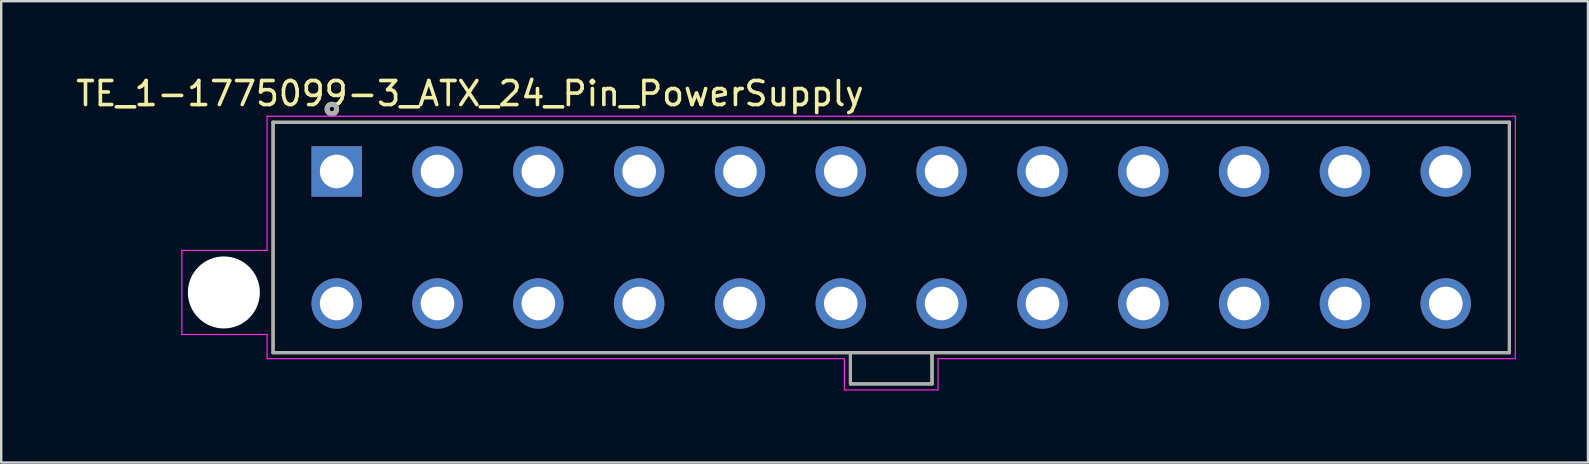
<source format=kicad_pcb>
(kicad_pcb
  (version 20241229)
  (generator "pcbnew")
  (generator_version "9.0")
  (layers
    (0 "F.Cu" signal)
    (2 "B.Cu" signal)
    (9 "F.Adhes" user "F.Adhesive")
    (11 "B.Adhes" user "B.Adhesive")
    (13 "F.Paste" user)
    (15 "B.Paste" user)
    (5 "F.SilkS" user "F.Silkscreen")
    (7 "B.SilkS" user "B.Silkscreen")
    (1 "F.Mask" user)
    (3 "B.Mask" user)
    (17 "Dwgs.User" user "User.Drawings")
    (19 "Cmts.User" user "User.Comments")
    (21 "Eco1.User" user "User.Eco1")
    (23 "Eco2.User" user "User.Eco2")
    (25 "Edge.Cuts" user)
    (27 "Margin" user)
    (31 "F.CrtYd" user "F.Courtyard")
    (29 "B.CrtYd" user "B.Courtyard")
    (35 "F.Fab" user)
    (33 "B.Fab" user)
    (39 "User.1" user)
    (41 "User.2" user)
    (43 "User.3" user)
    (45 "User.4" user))
  (footprint "TE_1-1775099-3_ATX_24_Pin_PowerSupply"
    (layer "F.Cu")
    (at 34.075 6.842)
    (property "Reference" "TE_1-1775099-3_ATX_24_Pin_PowerSupply" (at -17.548 -5.993 0) (layer "F.SilkS") (effects (font (size 1.001 1.001) (thickness 0.15))))
    (attr through_hole)
    (fp_line (start -25.75 -4.8) (end 25.75 -4.8) (stroke (width 0.127) (type solid)) (layer "F.SilkS"))
    (fp_line (start -25.75 4.8) (end -25.75 -4.8) (stroke (width 0.127) (type solid)) (layer "F.SilkS"))
    (fp_line (start -1.7 4.8) (end -25.75 4.8) (stroke (width 0.127) (type solid)) (layer "F.SilkS"))
    (fp_line (start -1.7 4.8) (end -1.7 6.1) (stroke (width 0.127) (type solid)) (layer "F.SilkS"))
    (fp_line (start -1.7 6.1) (end 1.7 6.1) (stroke (width 0.127) (type solid)) (layer "F.SilkS"))
    (fp_line (start 1.7 4.8) (end -1.7 4.8) (stroke (width 0.127) (type solid)) (layer "F.SilkS"))
    (fp_line (start 1.7 6.1) (end 1.7 4.8) (stroke (width 0.127) (type solid)) (layer "F.SilkS"))
    (fp_line (start 25.75 -4.8) (end 25.75 4.8) (stroke (width 0.127) (type solid)) (layer "F.SilkS"))
    (fp_line (start 25.75 4.8) (end 1.7 4.8) (stroke (width 0.127) (type solid)) (layer "F.SilkS"))
    (fp_circle (center -23.3 -5.35) (end -23.1 -5.35) (stroke (width 0.203) (type solid)) (fill no) (layer "F.SilkS"))
    (fp_line (start -29.55 0.54) (end -26 0.54) (stroke (width 0.05) (type solid)) (layer "F.CrtYd"))
    (fp_line (start -29.55 4.04) (end -29.55 0.54) (stroke (width 0.05) (type solid)) (layer "F.CrtYd"))
    (fp_line (start -26 -5.05) (end 26 -5.05) (stroke (width 0.05) (type solid)) (layer "F.CrtYd"))
    (fp_line (start -26 0.54) (end -26 -5.05) (stroke (width 0.05) (type solid)) (layer "F.CrtYd"))
    (fp_line (start -26 4.04) (end -29.55 4.04) (stroke (width 0.05) (type solid)) (layer "F.CrtYd"))
    (fp_line (start -26 5.05) (end -26 4.04) (stroke (width 0.05) (type solid)) (layer "F.CrtYd"))
    (fp_line (start -1.95 5.05) (end -26 5.05) (stroke (width 0.05) (type solid)) (layer "F.CrtYd"))
    (fp_line (start -1.95 6.35) (end -1.95 5.05) (stroke (width 0.05) (type solid)) (layer "F.CrtYd"))
    (fp_line (start 1.95 5.05) (end 1.95 6.35) (stroke (width 0.05) (type solid)) (layer "F.CrtYd"))
    (fp_line (start 1.95 6.35) (end -1.95 6.35) (stroke (width 0.05) (type solid)) (layer "F.CrtYd"))
    (fp_line (start 26 -5.05) (end 26 5.05) (stroke (width 0.05) (type solid)) (layer "F.CrtYd"))
    (fp_line (start 26 5.05) (end 1.95 5.05) (stroke (width 0.05) (type solid)) (layer "F.CrtYd"))
    (fp_line (start -25.75 -4.8) (end 25.75 -4.8) (stroke (width 0.127) (type solid)) (layer "F.Fab"))
    (fp_line (start -25.75 4.8) (end -25.75 -4.8) (stroke (width 0.127) (type solid)) (layer "F.Fab"))
    (fp_line (start -25.75 4.8) (end -1.7 4.8) (stroke (width 0.127) (type solid)) (layer "F.Fab"))
    (fp_line (start -1.7 4.8) (end -1.7 6.1) (stroke (width 0.127) (type solid)) (layer "F.Fab"))
    (fp_line (start -1.7 4.8) (end 1.7 4.8) (stroke (width 0.127) (type solid)) (layer "F.Fab"))
    (fp_line (start -1.7 6.1) (end 1.7 6.1) (stroke (width 0.127) (type solid)) (layer "F.Fab"))
    (fp_line (start 1.7 4.8) (end 25.75 4.8) (stroke (width 0.127) (type solid)) (layer "F.Fab"))
    (fp_line (start 1.7 6.1) (end 1.7 4.8) (stroke (width 0.127) (type solid)) (layer "F.Fab"))
    (fp_line (start 25.75 -4.8) (end 25.75 4.8) (stroke (width 0.127) (type solid)) (layer "F.Fab"))
    (fp_circle (center -23.3 -5.35) (end -23.1 -5.35) (stroke (width 0.203) (type solid)) (fill no) (layer "F.Fab"))
    (pad "" np_thru_hole circle (at -27.8 2.29) (size 3 3) (drill 3) (layers "*.Cu" "*.Mask"))
    (pad "1" thru_hole rect (at -23.1 -2.75) (size 2.1 2.1) (drill 1.4) (layers "*.Cu" "*.Mask"))
    (pad "2" thru_hole circle (at -23.1 2.75) (size 2.1 2.1) (drill 1.4) (layers "*.Cu" "*.Mask"))
    (pad "3" thru_hole circle (at -18.9 -2.75) (size 2.1 2.1) (drill 1.4) (layers "*.Cu" "*.Mask"))
    (pad "4" thru_hole circle (at -18.9 2.75) (size 2.1 2.1) (drill 1.4) (layers "*.Cu" "*.Mask"))
    (pad "5" thru_hole circle (at -14.7 -2.75) (size 2.1 2.1) (drill 1.4) (layers "*.Cu" "*.Mask"))
    (pad "6" thru_hole circle (at -14.7 2.75) (size 2.1 2.1) (drill 1.4) (layers "*.Cu" "*.Mask"))
    (pad "7" thru_hole circle (at -10.5 -2.75) (size 2.1 2.1) (drill 1.4) (layers "*.Cu" "*.Mask"))
    (pad "8" thru_hole circle (at -10.5 2.75) (size 2.1 2.1) (drill 1.4) (layers "*.Cu" "*.Mask"))
    (pad "9" thru_hole circle (at -6.3 -2.75) (size 2.1 2.1) (drill 1.4) (layers "*.Cu" "*.Mask"))
    (pad "10" thru_hole circle (at -6.3 2.75) (size 2.1 2.1) (drill 1.4) (layers "*.Cu" "*.Mask"))
    (pad "11" thru_hole circle (at -2.1 -2.75) (size 2.1 2.1) (drill 1.4) (layers "*.Cu" "*.Mask"))
    (pad "12" thru_hole circle (at -2.1 2.75) (size 2.1 2.1) (drill 1.4) (layers "*.Cu" "*.Mask"))
    (pad "13" thru_hole circle (at 2.1 -2.75) (size 2.1 2.1) (drill 1.4) (layers "*.Cu" "*.Mask"))
    (pad "14" thru_hole circle (at 2.1 2.75) (size 2.1 2.1) (drill 1.4) (layers "*.Cu" "*.Mask"))
    (pad "15" thru_hole circle (at 6.3 -2.75) (size 2.1 2.1) (drill 1.4) (layers "*.Cu" "*.Mask"))
    (pad "16" thru_hole circle (at 6.3 2.75) (size 2.1 2.1) (drill 1.4) (layers "*.Cu" "*.Mask"))
    (pad "17" thru_hole circle (at 10.5 -2.75) (size 2.1 2.1) (drill 1.4) (layers "*.Cu" "*.Mask"))
    (pad "18" thru_hole circle (at 10.5 2.75) (size 2.1 2.1) (drill 1.4) (layers "*.Cu" "*.Mask"))
    (pad "19" thru_hole circle (at 14.7 -2.75) (size 2.1 2.1) (drill 1.4) (layers "*.Cu" "*.Mask"))
    (pad "20" thru_hole circle (at 14.7 2.75) (size 2.1 2.1) (drill 1.4) (layers "*.Cu" "*.Mask"))
    (pad "21" thru_hole circle (at 18.9 -2.75) (size 2.1 2.1) (drill 1.4) (layers "*.Cu" "*.Mask"))
    (pad "22" thru_hole circle (at 18.9 2.75) (size 2.1 2.1) (drill 1.4) (layers "*.Cu" "*.Mask"))
    (pad "23" thru_hole circle (at 23.1 -2.75) (size 2.1 2.1) (drill 1.4) (layers "*.Cu" "*.Mask"))
    (pad "24" thru_hole circle (at 23.1 2.75) (size 2.1 2.1) (drill 1.4) (layers "*.Cu" "*.Mask")))
  (gr_rect
    (start -3 -3)
    (end 63.1 16.217)
    (stroke (width 0.1) (type default))
    (fill no)
    (layer "Edge.Cuts")))
</source>
